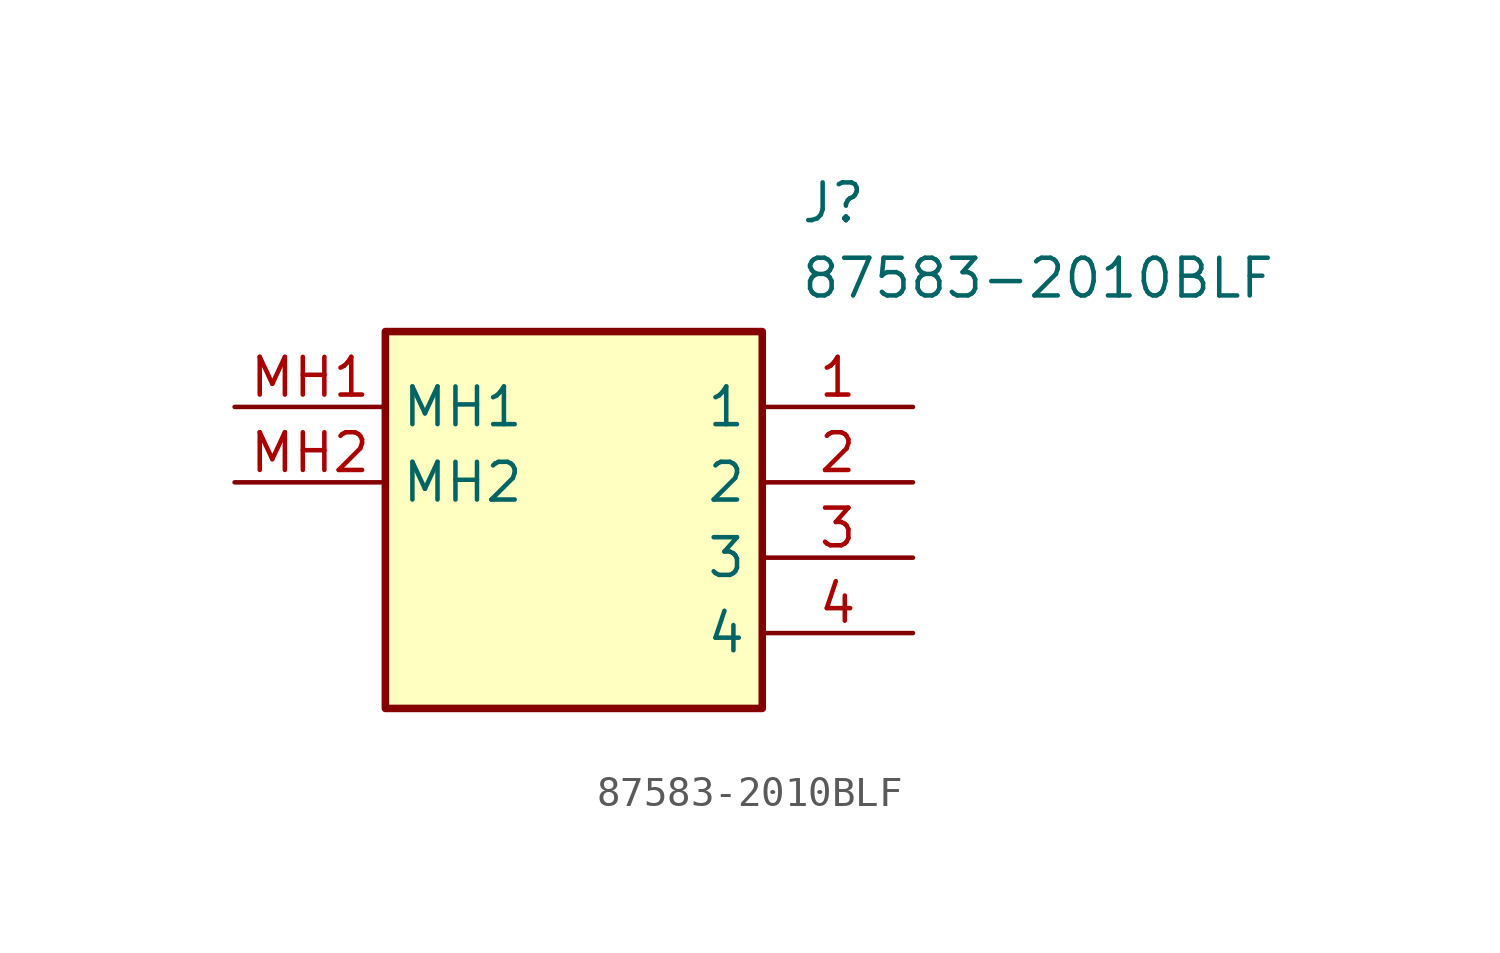
<source format=kicad_sym>
(kicad_symbol_lib
  (version 20211014)
  (generator SamacSys_ECAD_Model)
  (symbol "87583-2010BLF"
    (property "Reference" "J"
      (at 19.05 7.62 0)
      (effects (font (size 1.27 1.27)) (justify left top)))
    (property "Value" "87583-2010BLF"
      (at 19.05 5.08 0)
      (effects (font (size 1.27 1.27)) (justify left top)))
    (rectangle
      (start 5.08 2.54)
      (end 17.78 -10.16)
      (stroke (width 0.254) (type default))
      (fill (type background)))
    (pin passive line
      (at 22.86 0 180)
      (length 5.08)
      (name "1" (effects (font (size 1.27 1.27))))
      (number "1" (effects (font (size 1.27 1.27)))))
    (pin passive line
      (at 22.86 -2.54 180)
      (length 5.08)
      (name "2" (effects (font (size 1.27 1.27))))
      (number "2" (effects (font (size 1.27 1.27)))))
    (pin passive line
      (at 22.86 -5.08 180)
      (length 5.08)
      (name "3" (effects (font (size 1.27 1.27))))
      (number "3" (effects (font (size 1.27 1.27)))))
    (pin passive line
      (at 22.86 -7.62 180)
      (length 5.08)
      (name "4" (effects (font (size 1.27 1.27))))
      (number "4" (effects (font (size 1.27 1.27)))))
    (pin passive line
      (at 0 0 0)
      (length 5.08)
      (name "MH1" (effects (font (size 1.27 1.27))))
      (number "MH1" (effects (font (size 1.27 1.27)))))
    (pin passive line
      (at 0 -2.54 0)
      (length 5.08)
      (name "MH2" (effects (font (size 1.27 1.27))))
      (number "MH2" (effects (font (size 1.27 1.27)))))))
</source>
